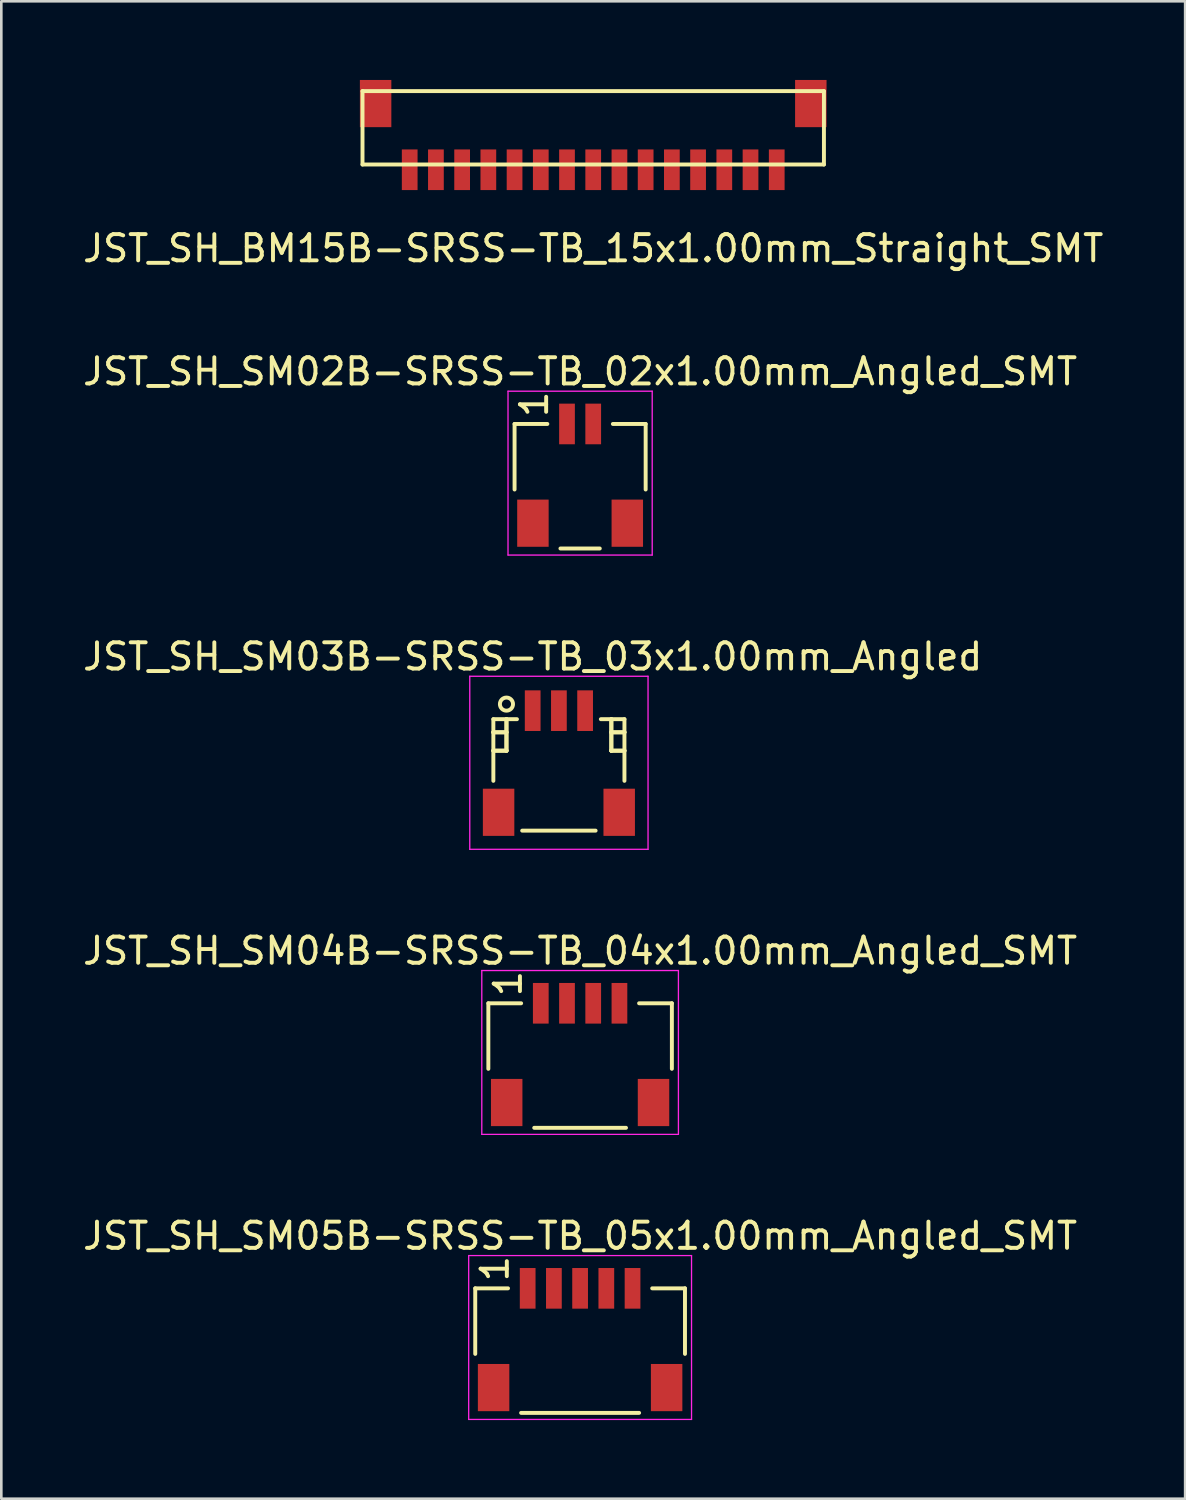
<source format=kicad_pcb>
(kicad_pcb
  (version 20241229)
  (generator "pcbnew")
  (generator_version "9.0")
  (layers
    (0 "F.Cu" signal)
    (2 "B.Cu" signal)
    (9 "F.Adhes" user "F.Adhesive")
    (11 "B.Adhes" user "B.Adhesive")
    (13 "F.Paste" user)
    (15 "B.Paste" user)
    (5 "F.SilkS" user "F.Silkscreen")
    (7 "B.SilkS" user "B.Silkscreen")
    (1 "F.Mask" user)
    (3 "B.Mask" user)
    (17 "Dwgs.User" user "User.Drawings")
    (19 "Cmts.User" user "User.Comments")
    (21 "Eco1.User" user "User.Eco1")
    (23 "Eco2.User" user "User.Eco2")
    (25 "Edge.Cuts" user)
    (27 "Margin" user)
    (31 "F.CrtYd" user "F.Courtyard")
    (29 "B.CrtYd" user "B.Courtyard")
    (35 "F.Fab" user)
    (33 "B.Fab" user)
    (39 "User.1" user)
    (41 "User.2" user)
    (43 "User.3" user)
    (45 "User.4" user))
  (footprint "JST_SH_SM05B-SRSS-TB_05x1.00mm_Angled_SMT"
    (layer "F.Cu")
    (at 17.077 46.091)
    (property "Reference" "JST_SH_SM05B-SRSS-TB_05x1.00mm_Angled_SMT" (at 2 -2 0) (layer "F.SilkS") (effects (font (size 1 1) (thickness 0.15))))
    (attr smd)
    (fp_line (start -2 0) (end -0.75 0) (stroke (width 0.15) (type solid)) (layer "F.SilkS"))
    (fp_line (start -2 2.5) (end -2 0) (stroke (width 0.15) (type solid)) (layer "F.SilkS"))
    (fp_line (start -0.25 4.75) (end 4.25 4.75) (stroke (width 0.15) (type solid)) (layer "F.SilkS"))
    (fp_line (start 4.75 0) (end 6 0) (stroke (width 0.15) (type solid)) (layer "F.SilkS"))
    (fp_line (start 6 2.5) (end 6 0) (stroke (width 0.15) (type solid)) (layer "F.SilkS"))
    (fp_line (start -2.25 -1.25) (end 6.25 -1.25) (stroke (width 0.05) (type solid)) (layer "F.CrtYd"))
    (fp_line (start -2.25 5) (end -2.25 -1.25) (stroke (width 0.05) (type solid)) (layer "F.CrtYd"))
    (fp_line (start 6.25 -1.25) (end 6.25 5) (stroke (width 0.05) (type solid)) (layer "F.CrtYd"))
    (fp_line (start 6.25 5) (end -2.25 5) (stroke (width 0.05) (type solid)) (layer "F.CrtYd"))
    (fp_text user "1" (at -1.25 -0.75 90) (layer "F.SilkS") (effects (font (size 1 1) (thickness 0.15))))
    (pad "" smd rect (at -1.3 3.785) (size 1.2 1.8) (layers "F.Cu" "F.Mask" "F.Paste"))
    (pad "" smd rect (at 5.3 3.785) (size 1.2 1.8) (layers "F.Cu" "F.Mask" "F.Paste"))
    (pad "1" smd rect (at 0 0) (size 0.6 1.55) (layers "F.Cu" "F.Mask" "F.Paste"))
    (pad "2" smd rect (at 1 0) (size 0.6 1.55) (layers "F.Cu" "F.Mask" "F.Paste"))
    (pad "3" smd rect (at 2 0) (size 0.6 1.55) (layers "F.Cu" "F.Mask" "F.Paste"))
    (pad "4" smd rect (at 3 0) (size 0.6 1.55) (layers "F.Cu" "F.Mask" "F.Paste"))
    (pad "5" smd rect (at 4 0) (size 0.6 1.55) (layers "F.Cu" "F.Mask" "F.Paste")))
  (footprint "JST_SH_BM15B-SRSS-TB_15x1.00mm_Straight_SMT"
    (layer "F.Cu")
    (at 19.577 3.425)
    (property "Reference" "JST_SH_BM15B-SRSS-TB_15x1.00mm_Straight_SMT" (at 0 3 0) (layer "F.SilkS") (effects (font (size 1 1) (thickness 0.15))))
    (attr smd)
    (fp_line (start -8.8 -3) (end -8.8 -0.2) (stroke (width 0.15) (type solid)) (layer "F.SilkS"))
    (fp_line (start -8.8 -3) (end 8.8 -3) (stroke (width 0.15) (type solid)) (layer "F.SilkS"))
    (fp_line (start -8.8 -0.2) (end 8.8 -0.2) (stroke (width 0.15) (type solid)) (layer "F.SilkS"))
    (fp_line (start 8.8 -3) (end 8.8 -0.2) (stroke (width 0.15) (type solid)) (layer "F.SilkS"))
    (pad "1" smd rect (at -7 0) (size 0.6 1.55) (layers "F.Cu" "F.Mask" "F.Paste"))
    (pad "2" smd rect (at -6 0) (size 0.6 1.55) (layers "F.Cu" "F.Mask" "F.Paste"))
    (pad "3" smd rect (at -5 0) (size 0.6 1.55) (layers "F.Cu" "F.Mask" "F.Paste"))
    (pad "4" smd rect (at -4 0) (size 0.6 1.55) (layers "F.Cu" "F.Mask" "F.Paste"))
    (pad "5" smd rect (at -3 0) (size 0.6 1.55) (layers "F.Cu" "F.Mask" "F.Paste"))
    (pad "6" smd rect (at -2 0) (size 0.6 1.55) (layers "F.Cu" "F.Mask" "F.Paste"))
    (pad "7" smd rect (at -1 0) (size 0.6 1.55) (layers "F.Cu" "F.Mask" "F.Paste"))
    (pad "8" smd rect (at 0 0) (size 0.6 1.55) (layers "F.Cu" "F.Mask" "F.Paste"))
    (pad "9" smd rect (at 1 0) (size 0.6 1.55) (layers "F.Cu" "F.Mask" "F.Paste"))
    (pad "10" smd rect (at 2 0) (size 0.6 1.55) (layers "F.Cu" "F.Mask" "F.Paste"))
    (pad "11" smd rect (at 3 0) (size 0.6 1.55) (layers "F.Cu" "F.Mask" "F.Paste"))
    (pad "12" smd rect (at 4 0) (size 0.6 1.55) (layers "F.Cu" "F.Mask" "F.Paste"))
    (pad "13" smd rect (at 5 0) (size 0.6 1.55) (layers "F.Cu" "F.Mask" "F.Paste"))
    (pad "14" smd rect (at 6 0) (size 0.6 1.55) (layers "F.Cu" "F.Mask" "F.Paste"))
    (pad "15" smd rect (at 7 0) (size 0.6 1.55) (layers "F.Cu" "F.Mask" "F.Paste"))
    (pad "16" smd rect (at -8.3 -2.525) (size 1.2 1.8) (layers "F.Cu" "F.Mask" "F.Paste"))
    (pad "16" smd rect (at 8.3 -2.525) (size 1.2 1.8) (layers "F.Cu" "F.Mask" "F.Paste")))
  (footprint "JST_SH_SM02B-SRSS-TB_02x1.00mm_Angled_SMT"
    (layer "F.Cu")
    (at 18.577 13.121)
    (property "Reference" "JST_SH_SM02B-SRSS-TB_02x1.00mm_Angled_SMT" (at 0.5 -2 0) (layer "F.SilkS") (effects (font (size 1 1) (thickness 0.15))))
    (attr smd)
    (fp_line (start -2 0) (end -0.75 0) (stroke (width 0.15) (type solid)) (layer "F.SilkS"))
    (fp_line (start -2 2.5) (end -2 0) (stroke (width 0.15) (type solid)) (layer "F.SilkS"))
    (fp_line (start -0.25 4.75) (end 1.25 4.75) (stroke (width 0.15) (type solid)) (layer "F.SilkS"))
    (fp_line (start 1.75 0) (end 3 0) (stroke (width 0.15) (type solid)) (layer "F.SilkS"))
    (fp_line (start 3 2.5) (end 3 0) (stroke (width 0.15) (type solid)) (layer "F.SilkS"))
    (fp_line (start -2.25 -1.25) (end 3.25 -1.25) (stroke (width 0.05) (type solid)) (layer "F.CrtYd"))
    (fp_line (start -2.25 5) (end -2.25 -1.25) (stroke (width 0.05) (type solid)) (layer "F.CrtYd"))
    (fp_line (start 3.25 -1.25) (end 3.25 5) (stroke (width 0.05) (type solid)) (layer "F.CrtYd"))
    (fp_line (start 3.25 5) (end -2.25 5) (stroke (width 0.05) (type solid)) (layer "F.CrtYd"))
    (fp_text user "1" (at -1.25 -0.75 90) (layer "F.SilkS") (effects (font (size 1 1) (thickness 0.15))))
    (pad "" smd rect (at -1.3 3.785) (size 1.2 1.8) (layers "F.Cu" "F.Mask" "F.Paste"))
    (pad "" smd rect (at 2.3 3.785) (size 1.2 1.8) (layers "F.Cu" "F.Mask" "F.Paste"))
    (pad "1" smd rect (at 0 0) (size 0.6 1.55) (layers "F.Cu" "F.Mask" "F.Paste"))
    (pad "2" smd rect (at 1 0) (size 0.6 1.55) (layers "F.Cu" "F.Mask" "F.Paste")))
  (footprint "JST_SH_SM04B-SRSS-TB_04x1.00mm_Angled_SMT"
    (layer "F.Cu")
    (at 17.577 35.218)
    (property "Reference" "JST_SH_SM04B-SRSS-TB_04x1.00mm_Angled_SMT" (at 1.5 -2 0) (layer "F.SilkS") (effects (font (size 1 1) (thickness 0.15))))
    (attr smd)
    (fp_line (start -2 0) (end -0.75 0) (stroke (width 0.15) (type solid)) (layer "F.SilkS"))
    (fp_line (start -2 2.5) (end -2 0) (stroke (width 0.15) (type solid)) (layer "F.SilkS"))
    (fp_line (start -0.25 4.75) (end 3.25 4.75) (stroke (width 0.15) (type solid)) (layer "F.SilkS"))
    (fp_line (start 3.75 0) (end 5 0) (stroke (width 0.15) (type solid)) (layer "F.SilkS"))
    (fp_line (start 5 2.5) (end 5 0) (stroke (width 0.15) (type solid)) (layer "F.SilkS"))
    (fp_line (start -2.25 -1.25) (end 5.25 -1.25) (stroke (width 0.05) (type solid)) (layer "F.CrtYd"))
    (fp_line (start -2.25 5) (end -2.25 -1.25) (stroke (width 0.05) (type solid)) (layer "F.CrtYd"))
    (fp_line (start 5.25 -1.25) (end 5.25 5) (stroke (width 0.05) (type solid)) (layer "F.CrtYd"))
    (fp_line (start 5.25 5) (end -2.25 5) (stroke (width 0.05) (type solid)) (layer "F.CrtYd"))
    (fp_text user "1" (at -1.25 -0.75 90) (layer "F.SilkS") (effects (font (size 1 1) (thickness 0.15))))
    (pad "" smd rect (at -1.3 3.785) (size 1.2 1.8) (layers "F.Cu" "F.Mask" "F.Paste"))
    (pad "" smd rect (at 4.3 3.785) (size 1.2 1.8) (layers "F.Cu" "F.Mask" "F.Paste"))
    (pad "1" smd rect (at 0 0) (size 0.6 1.55) (layers "F.Cu" "F.Mask" "F.Paste"))
    (pad "2" smd rect (at 1 0) (size 0.6 1.55) (layers "F.Cu" "F.Mask" "F.Paste"))
    (pad "3" smd rect (at 2 0) (size 0.6 1.55) (layers "F.Cu" "F.Mask" "F.Paste"))
    (pad "4" smd rect (at 3 0) (size 0.6 1.55) (layers "F.Cu" "F.Mask" "F.Paste")))
  (footprint "JST_SH_SM03B-SRSS-TB_03x1.00mm_Angled"
    (layer "F.Cu")
    (at 18.268 25.995)
    (property "Reference" "JST_SH_SM03B-SRSS-TB_03x1.00mm_Angled" (at -1 -4 0) (layer "F.SilkS") (effects (font (size 1 1) (thickness 0.15))))
    (attr smd)
    (fp_line (start -2.5 -1.613) (end -1.6 -1.613) (stroke (width 0.15) (type solid)) (layer "F.SilkS"))
    (fp_line (start -2.5 -1.113) (end -2.5 -1.113) (stroke (width 0.15) (type solid)) (layer "F.SilkS"))
    (fp_line (start -2.5 -1.113) (end -2 -1.113) (stroke (width 0.15) (type solid)) (layer "F.SilkS"))
    (fp_line (start -2.5 -0.412) (end -2.5 -0.412) (stroke (width 0.15) (type solid)) (layer "F.SilkS"))
    (fp_line (start -2.5 -0.412) (end -2 -0.412) (stroke (width 0.15) (type solid)) (layer "F.SilkS"))
    (fp_line (start -2.5 0.738) (end -2.5 -1.613) (stroke (width 0.15) (type solid)) (layer "F.SilkS"))
    (fp_line (start -2 -1.613) (end -2 -1.613) (stroke (width 0.15) (type solid)) (layer "F.SilkS"))
    (fp_line (start -2 -1.613) (end -2 -0.412) (stroke (width 0.15) (type solid)) (layer "F.SilkS"))
    (fp_line (start -2 -1.113) (end -2.5 -1.113) (stroke (width 0.15) (type solid)) (layer "F.SilkS"))
    (fp_line (start -2 -1.113) (end -2 -1.113) (stroke (width 0.15) (type solid)) (layer "F.SilkS"))
    (fp_line (start -2 -0.412) (end -2.5 -0.412) (stroke (width 0.15) (type solid)) (layer "F.SilkS"))
    (fp_line (start -2 -0.412) (end -2 -1.613) (stroke (width 0.15) (type solid)) (layer "F.SilkS"))
    (fp_line (start -2 -0.412) (end -2 -0.412) (stroke (width 0.15) (type solid)) (layer "F.SilkS"))
    (fp_line (start -2 -0.412) (end -2 -0.412) (stroke (width 0.15) (type solid)) (layer "F.SilkS"))
    (fp_line (start -1.4 2.638) (end 1.4 2.638) (stroke (width 0.15) (type solid)) (layer "F.SilkS"))
    (fp_line (start 2 -1.613) (end 2 -1.613) (stroke (width 0.15) (type solid)) (layer "F.SilkS"))
    (fp_line (start 2 -1.613) (end 2 -0.412) (stroke (width 0.15) (type solid)) (layer "F.SilkS"))
    (fp_line (start 2 -1.113) (end 2 -1.113) (stroke (width 0.15) (type solid)) (layer "F.SilkS"))
    (fp_line (start 2 -1.113) (end 2.5 -1.113) (stroke (width 0.15) (type solid)) (layer "F.SilkS"))
    (fp_line (start 2 -0.412) (end 2 -1.613) (stroke (width 0.15) (type solid)) (layer "F.SilkS"))
    (fp_line (start 2 -0.412) (end 2 -0.412) (stroke (width 0.15) (type solid)) (layer "F.SilkS"))
    (fp_line (start 2 -0.412) (end 2 -0.412) (stroke (width 0.15) (type solid)) (layer "F.SilkS"))
    (fp_line (start 2 -0.412) (end 2.5 -0.412) (stroke (width 0.15) (type solid)) (layer "F.SilkS"))
    (fp_line (start 2.5 -1.613) (end 1.6 -1.613) (stroke (width 0.15) (type solid)) (layer "F.SilkS"))
    (fp_line (start 2.5 -1.113) (end 2 -1.113) (stroke (width 0.15) (type solid)) (layer "F.SilkS"))
    (fp_line (start 2.5 -1.113) (end 2.5 -1.113) (stroke (width 0.15) (type solid)) (layer "F.SilkS"))
    (fp_line (start 2.5 -0.412) (end 2 -0.412) (stroke (width 0.15) (type solid)) (layer "F.SilkS"))
    (fp_line (start 2.5 -0.412) (end 2.5 -0.412) (stroke (width 0.15) (type solid)) (layer "F.SilkS"))
    (fp_line (start 2.5 0.738) (end 2.5 -1.613) (stroke (width 0.15) (type solid)) (layer "F.SilkS"))
    (fp_circle (center -2 -2.188) (end -1.75 -2.188) (stroke (width 0.15) (type solid)) (fill no) (layer "F.SilkS"))
    (fp_line (start -3.4 -3.25) (end 3.4 -3.25) (stroke (width 0.05) (type solid)) (layer "F.CrtYd"))
    (fp_line (start -3.4 3.35) (end -3.4 -3.25) (stroke (width 0.05) (type solid)) (layer "F.CrtYd"))
    (fp_line (start 3.4 -3.25) (end 3.4 3.35) (stroke (width 0.05) (type solid)) (layer "F.CrtYd"))
    (fp_line (start 3.4 3.35) (end -3.4 3.35) (stroke (width 0.05) (type solid)) (layer "F.CrtYd"))
    (pad "" smd rect (at -2.3 1.938) (size 1.2 1.8) (layers "F.Cu" "F.Mask" "F.Paste"))
    (pad "" smd rect (at 2.3 1.938) (size 1.2 1.8) (layers "F.Cu" "F.Mask" "F.Paste"))
    (pad "1" smd rect (at -1 -1.938) (size 0.6 1.55) (layers "F.Cu" "F.Mask" "F.Paste"))
    (pad "2" smd rect (at 0 -1.938) (size 0.6 1.55) (layers "F.Cu" "F.Mask" "F.Paste"))
    (pad "3" smd rect (at 1 -1.938) (size 0.6 1.55) (layers "F.Cu" "F.Mask" "F.Paste")))
  (gr_rect
    (start -3 -3)
    (end 42.155 54.116)
    (stroke (width 0.1) (type default))
    (fill no)
    (layer "Edge.Cuts")))
</source>
